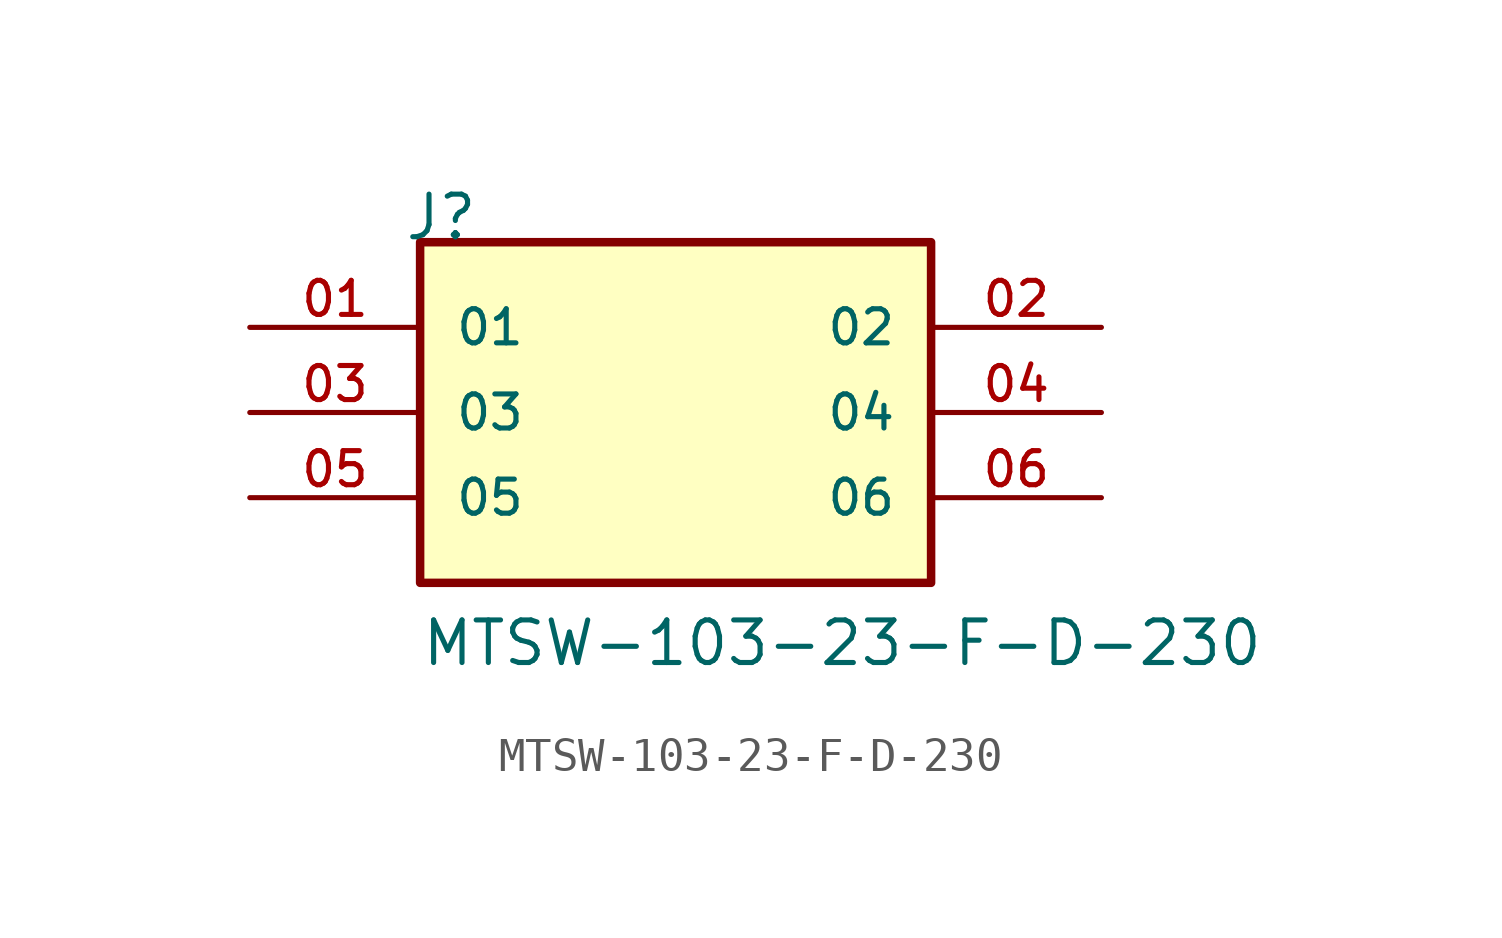
<source format=kicad_sym>
(kicad_symbol_lib
  (version 20211014)
  (generator kicad_symbol_editor)
  (symbol "MTSW-103-23-F-D-230"
    (pin_names
      (offset 1.016))
    (property "Reference" "J"
      (at -8.12 5.08 0)
      (effects (font (size 1.27 1.27)) (justify bottom left)))
    (property "Value" "MTSW-103-23-F-D-230"
      (at -7.62 -7.62 0)
      (effects (font (size 1.27 1.27)) (justify bottom left)))
    (symbol "MTSW-103-23-F-D-230_0_0"
      (rectangle (start -7.62 -5.08) (end 7.62 5.08) (stroke (width 0.254)) (fill (type background)))
      (pin passive line (at -12.7 2.54 0) (length 5.08) (name "01" (effects (font (size 1.016 1.016)))) (number "01" (effects (font (size 1.016 1.016)))))
      (pin passive line (at 12.7 2.54 180.0) (length 5.08) (name "02" (effects (font (size 1.016 1.016)))) (number "02" (effects (font (size 1.016 1.016)))))
      (pin passive line (at -12.7 0.0 0) (length 5.08) (name "03" (effects (font (size 1.016 1.016)))) (number "03" (effects (font (size 1.016 1.016)))))
      (pin passive line (at 12.7 0.0 180.0) (length 5.08) (name "04" (effects (font (size 1.016 1.016)))) (number "04" (effects (font (size 1.016 1.016)))))
      (pin passive line (at -12.7 -2.54 0) (length 5.08) (name "05" (effects (font (size 1.016 1.016)))) (number "05" (effects (font (size 1.016 1.016)))))
      (pin passive line (at 12.7 -2.54 180.0) (length 5.08) (name "06" (effects (font (size 1.016 1.016)))) (number "06" (effects (font (size 1.016 1.016))))))))
</source>
